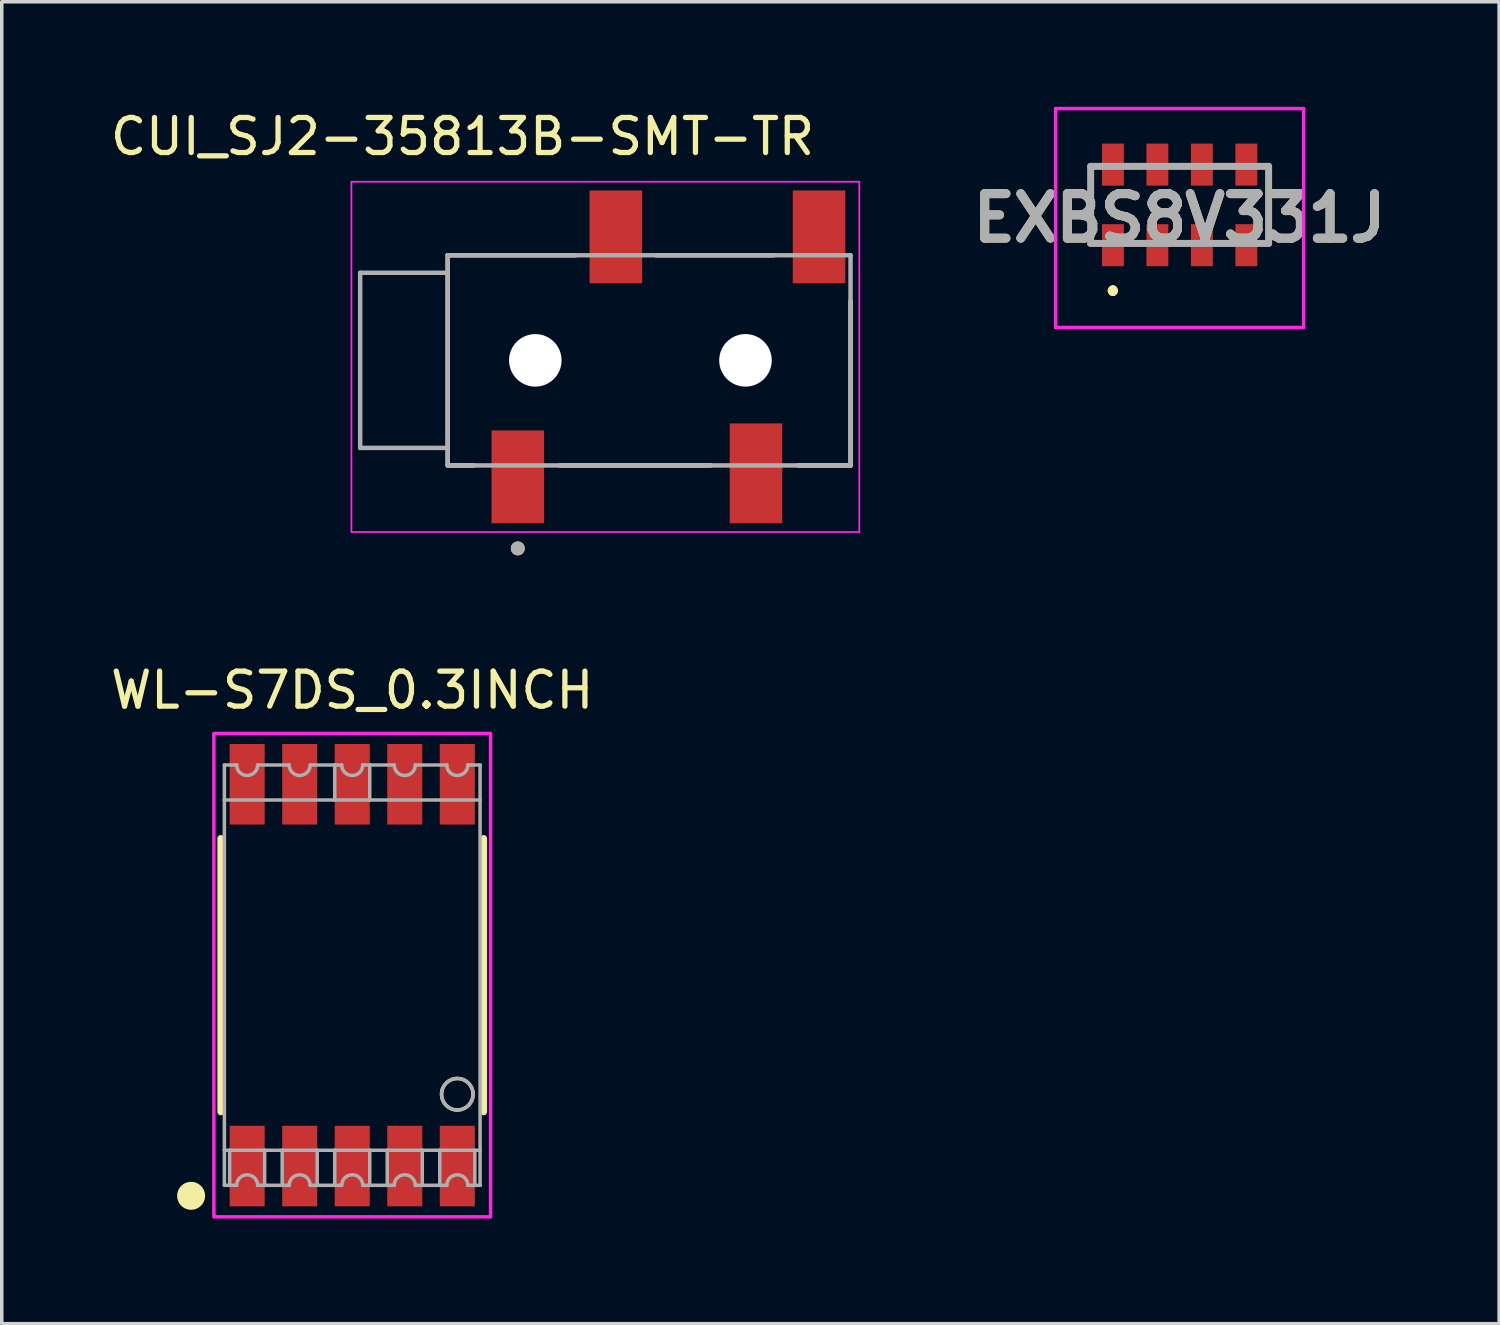
<source format=kicad_pcb>
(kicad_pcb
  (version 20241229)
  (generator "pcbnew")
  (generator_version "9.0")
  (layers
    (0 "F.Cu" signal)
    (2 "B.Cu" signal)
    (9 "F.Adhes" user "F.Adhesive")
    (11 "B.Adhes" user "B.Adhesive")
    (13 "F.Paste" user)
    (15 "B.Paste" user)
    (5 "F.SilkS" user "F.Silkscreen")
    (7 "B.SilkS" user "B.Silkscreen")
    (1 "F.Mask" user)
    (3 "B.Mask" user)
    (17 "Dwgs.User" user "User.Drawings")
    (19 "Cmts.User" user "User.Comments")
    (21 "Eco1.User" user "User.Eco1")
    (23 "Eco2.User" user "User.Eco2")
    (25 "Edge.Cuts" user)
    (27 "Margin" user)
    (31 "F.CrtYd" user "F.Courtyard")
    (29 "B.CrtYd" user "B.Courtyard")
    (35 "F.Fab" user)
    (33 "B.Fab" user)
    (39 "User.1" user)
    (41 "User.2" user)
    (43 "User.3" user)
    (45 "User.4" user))
  (footprint "WL-S7DS_0.3INCH"
    (layer "F.Cu")
    (at 7.006 24.79)
    (property "Reference" "WL-S7DS_0.3INCH" (at 0 -8.135 0) (layer "F.SilkS") (effects (font (size 1 1) (thickness 0.15))))
    (attr smd)
    (fp_line (start -3.75 -3.9) (end -3.75 3.9) (stroke (width 0.2) (type solid)) (layer "F.SilkS"))
    (fp_line (start 3.75 -3.9) (end 3.75 3.9) (stroke (width 0.2) (type solid)) (layer "F.SilkS"))
    (fp_circle (center -4.6 6.3) (end -4.4 6.3) (stroke (width 0.4) (type solid)) (fill no) (layer "F.SilkS"))
    (fp_circle (center 3 3.4) (end 3.45 3.4) (stroke (width 0.1) (type solid)) (fill no) (layer "F.SilkS"))
    (fp_poly (pts (xy 3.95 6.9) (xy -3.95 6.9) (xy -3.95 -6.9) (xy 3.95 -6.9)) (stroke (width 0.1) (type solid)) (fill no) (layer "F.CrtYd"))
    (fp_line (start -3.65 -6) (end -3.3 -6) (stroke (width 0.1) (type solid)) (layer "F.Fab"))
    (fp_line (start -3.65 -5) (end -3.65 -6) (stroke (width 0.1) (type solid)) (layer "F.Fab"))
    (fp_line (start -3.65 -5) (end -0.5 -5) (stroke (width 0.1) (type solid)) (layer "F.Fab"))
    (fp_line (start -3.65 5) (end -3.65 -5) (stroke (width 0.1) (type solid)) (layer "F.Fab"))
    (fp_line (start -3.65 5) (end -3.5 5) (stroke (width 0.1) (type solid)) (layer "F.Fab"))
    (fp_line (start -3.65 6) (end -3.65 5) (stroke (width 0.1) (type solid)) (layer "F.Fab"))
    (fp_line (start -3.5 5) (end -2.5 5) (stroke (width 0.1) (type solid)) (layer "F.Fab"))
    (fp_line (start -3.5 6) (end -3.65 6) (stroke (width 0.1) (type solid)) (layer "F.Fab"))
    (fp_line (start -3.5 6) (end -3.5 5) (stroke (width 0.1) (type solid)) (layer "F.Fab"))
    (fp_line (start -3.3 6) (end -3.5 6) (stroke (width 0.1) (type solid)) (layer "F.Fab"))
    (fp_line (start -2.7 -6) (end -1.8 -6) (stroke (width 0.1) (type solid)) (layer "F.Fab"))
    (fp_line (start -2.5 5) (end -2.5 6) (stroke (width 0.1) (type solid)) (layer "F.Fab"))
    (fp_line (start -2.5 5) (end -2 5) (stroke (width 0.1) (type solid)) (layer "F.Fab"))
    (fp_line (start -2.5 6) (end -2.7 6) (stroke (width 0.1) (type solid)) (layer "F.Fab"))
    (fp_line (start -2 5) (end -1 5) (stroke (width 0.1) (type solid)) (layer "F.Fab"))
    (fp_line (start -2 6) (end -2.5 6) (stroke (width 0.1) (type solid)) (layer "F.Fab"))
    (fp_line (start -2 6) (end -2 5) (stroke (width 0.1) (type solid)) (layer "F.Fab"))
    (fp_line (start -1.8 6) (end -2 6) (stroke (width 0.1) (type solid)) (layer "F.Fab"))
    (fp_line (start -1.2 -6) (end -0.5 -6) (stroke (width 0.1) (type solid)) (layer "F.Fab"))
    (fp_line (start -1 5) (end -1 6) (stroke (width 0.1) (type solid)) (layer "F.Fab"))
    (fp_line (start -1 5) (end -0.5 5) (stroke (width 0.1) (type solid)) (layer "F.Fab"))
    (fp_line (start -1 6) (end -1.2 6) (stroke (width 0.1) (type solid)) (layer "F.Fab"))
    (fp_line (start -0.5 -6) (end -0.3 -6) (stroke (width 0.1) (type solid)) (layer "F.Fab"))
    (fp_line (start -0.5 -5) (end -0.5 -6) (stroke (width 0.1) (type solid)) (layer "F.Fab"))
    (fp_line (start -0.5 -5) (end 0.5 -5) (stroke (width 0.1) (type solid)) (layer "F.Fab"))
    (fp_line (start -0.5 5) (end 0.5 5) (stroke (width 0.1) (type solid)) (layer "F.Fab"))
    (fp_line (start -0.5 6) (end -1 6) (stroke (width 0.1) (type solid)) (layer "F.Fab"))
    (fp_line (start -0.5 6) (end -0.5 5) (stroke (width 0.1) (type solid)) (layer "F.Fab"))
    (fp_line (start -0.3 6) (end -0.5 6) (stroke (width 0.1) (type solid)) (layer "F.Fab"))
    (fp_line (start 0.3 -6) (end 0.5 -6) (stroke (width 0.1) (type solid)) (layer "F.Fab"))
    (fp_line (start 0.5 -6) (end 0.5 -5) (stroke (width 0.1) (type solid)) (layer "F.Fab"))
    (fp_line (start 0.5 -6) (end 1.2 -6) (stroke (width 0.1) (type solid)) (layer "F.Fab"))
    (fp_line (start 0.5 -5) (end 3.65 -5) (stroke (width 0.1) (type solid)) (layer "F.Fab"))
    (fp_line (start 0.5 5) (end 0.5 6) (stroke (width 0.1) (type solid)) (layer "F.Fab"))
    (fp_line (start 0.5 5) (end 1 5) (stroke (width 0.1) (type solid)) (layer "F.Fab"))
    (fp_line (start 0.5 6) (end 0.3 6) (stroke (width 0.1) (type solid)) (layer "F.Fab"))
    (fp_line (start 1 5) (end 2 5) (stroke (width 0.1) (type solid)) (layer "F.Fab"))
    (fp_line (start 1 6) (end 0.5 6) (stroke (width 0.1) (type solid)) (layer "F.Fab"))
    (fp_line (start 1 6) (end 1 5) (stroke (width 0.1) (type solid)) (layer "F.Fab"))
    (fp_line (start 1.2 6) (end 1 6) (stroke (width 0.1) (type solid)) (layer "F.Fab"))
    (fp_line (start 1.8 -6) (end 2.7 -6) (stroke (width 0.1) (type solid)) (layer "F.Fab"))
    (fp_line (start 2 5) (end 2 6) (stroke (width 0.1) (type solid)) (layer "F.Fab"))
    (fp_line (start 2 5) (end 2.5 5) (stroke (width 0.1) (type solid)) (layer "F.Fab"))
    (fp_line (start 2 6) (end 1.8 6) (stroke (width 0.1) (type solid)) (layer "F.Fab"))
    (fp_line (start 2.5 5) (end 3.5 5) (stroke (width 0.1) (type solid)) (layer "F.Fab"))
    (fp_line (start 2.5 6) (end 2 6) (stroke (width 0.1) (type solid)) (layer "F.Fab"))
    (fp_line (start 2.5 6) (end 2.5 5) (stroke (width 0.1) (type solid)) (layer "F.Fab"))
    (fp_line (start 2.7 6) (end 2.5 6) (stroke (width 0.1) (type solid)) (layer "F.Fab"))
    (fp_line (start 3.3 -6) (end 3.65 -6) (stroke (width 0.1) (type solid)) (layer "F.Fab"))
    (fp_line (start 3.5 5) (end 3.5 6) (stroke (width 0.1) (type solid)) (layer "F.Fab"))
    (fp_line (start 3.5 5) (end 3.65 5) (stroke (width 0.1) (type solid)) (layer "F.Fab"))
    (fp_line (start 3.5 6) (end 3.3 6) (stroke (width 0.1) (type solid)) (layer "F.Fab"))
    (fp_line (start 3.65 -6) (end 3.65 -5) (stroke (width 0.1) (type solid)) (layer "F.Fab"))
    (fp_line (start 3.65 -5) (end 3.65 5) (stroke (width 0.1) (type solid)) (layer "F.Fab"))
    (fp_line (start 3.65 5) (end 3.65 6) (stroke (width 0.1) (type solid)) (layer "F.Fab"))
    (fp_line (start 3.65 6) (end 3.5 6) (stroke (width 0.1) (type solid)) (layer "F.Fab"))
    (fp_arc (start -3.3 6) (mid -3 5.7) (end -2.7 6) (stroke (width 0.1) (type solid)) (layer "F.Fab"))
    (fp_arc (start -2.7 -6) (mid -3 -5.7) (end -3.3 -6) (stroke (width 0.1) (type solid)) (layer "F.Fab"))
    (fp_arc (start -1.8 6) (mid -1.5 5.7) (end -1.2 6) (stroke (width 0.1) (type solid)) (layer "F.Fab"))
    (fp_arc (start -1.2 -6) (mid -1.5 -5.7) (end -1.8 -6) (stroke (width 0.1) (type solid)) (layer "F.Fab"))
    (fp_arc (start -0.3 6) (mid 0 5.7) (end 0.3 6) (stroke (width 0.1) (type solid)) (layer "F.Fab"))
    (fp_arc (start 0.3 -6) (mid 0 -5.7) (end -0.3 -6) (stroke (width 0.1) (type solid)) (layer "F.Fab"))
    (fp_arc (start 1.2 6) (mid 1.5 5.7) (end 1.8 6) (stroke (width 0.1) (type solid)) (layer "F.Fab"))
    (fp_arc (start 1.8 -6) (mid 1.5 -5.7) (end 1.2 -6) (stroke (width 0.1) (type solid)) (layer "F.Fab"))
    (fp_arc (start 2.7 6) (mid 3 5.7) (end 3.3 6) (stroke (width 0.1) (type solid)) (layer "F.Fab"))
    (fp_arc (start 3.3 -6) (mid 3 -5.7) (end 2.7 -6) (stroke (width 0.1) (type solid)) (layer "F.Fab"))
    (fp_circle (center 3 3.4) (end 3.45 3.4) (stroke (width 0.1) (type solid)) (fill no) (layer "F.Fab"))
    (pad "1" smd rect (at -3 5.45) (size 1 2.3) (layers "F.Cu" "F.Mask" "F.Paste"))
    (pad "2" smd rect (at -1.5 5.45) (size 1 2.3) (layers "F.Cu" "F.Mask" "F.Paste"))
    (pad "3" smd rect (at 0 5.45) (size 1 2.3) (layers "F.Cu" "F.Mask" "F.Paste"))
    (pad "4" smd rect (at 1.5 5.45) (size 1 2.3) (layers "F.Cu" "F.Mask" "F.Paste"))
    (pad "5" smd rect (at 3 5.45) (size 1 2.3) (layers "F.Cu" "F.Mask" "F.Paste"))
    (pad "6" smd rect (at 3 -5.45) (size 1 2.3) (layers "F.Cu" "F.Mask" "F.Paste"))
    (pad "7" smd rect (at 1.5 -5.45) (size 1 2.3) (layers "F.Cu" "F.Mask" "F.Paste"))
    (pad "8" smd rect (at 0 -5.45) (size 1 2.3) (layers "F.Cu" "F.Mask" "F.Paste"))
    (pad "9" smd rect (at -1.5 -5.45) (size 1 2.3) (layers "F.Cu" "F.Mask" "F.Paste"))
    (pad "10" smd rect (at -3 -5.45) (size 1 2.3) (layers "F.Cu" "F.Mask" "F.Paste")))
  (footprint "CUI_SJ2-35813B-SMT-TR"
    (layer "F.Cu")
    (at 15.483 7.238)
    (property "Reference" "CUI_SJ2-35813B-SMT-TR" (at -5.328 -6.389 0) (layer "F.SilkS") (effects (font (size 1.001 1.001) (thickness 0.15))))
    (attr smd)
    (fp_line (start -5.75 -3) (end -2.1 -3) (stroke (width 0.127) (type solid)) (layer "F.SilkS"))
    (fp_line (start -5.75 3) (end -5.75 -3) (stroke (width 0.127) (type solid)) (layer "F.SilkS"))
    (fp_line (start -5 3) (end -5.75 3) (stroke (width 0.127) (type solid)) (layer "F.SilkS"))
    (fp_line (start 0.2 -3) (end 3.55 -3) (stroke (width 0.127) (type solid)) (layer "F.SilkS"))
    (fp_line (start 1.75 3) (end -2.55 3) (stroke (width 0.127) (type solid)) (layer "F.SilkS"))
    (fp_line (start 5.75 -1.7) (end 5.75 3) (stroke (width 0.127) (type solid)) (layer "F.SilkS"))
    (fp_line (start 5.75 3) (end 4.25 3) (stroke (width 0.127) (type solid)) (layer "F.SilkS"))
    (fp_circle (center -3.75 5.369) (end -3.65 5.369) (stroke (width 0.2) (type solid)) (fill no) (layer "F.SilkS"))
    (fp_line (start -8.5 -5.1) (end 6 -5.1) (stroke (width 0.05) (type solid)) (layer "F.CrtYd"))
    (fp_line (start -8.5 4.9) (end -8.5 -5.1) (stroke (width 0.05) (type solid)) (layer "F.CrtYd"))
    (fp_line (start 6 -5.1) (end 6 4.9) (stroke (width 0.05) (type solid)) (layer "F.CrtYd"))
    (fp_line (start 6 4.9) (end -8.5 4.9) (stroke (width 0.05) (type solid)) (layer "F.CrtYd"))
    (fp_line (start -8.25 -2.5) (end -8.25 2.5) (stroke (width 0.127) (type solid)) (layer "F.Fab"))
    (fp_line (start -8.25 2.5) (end -5.75 2.5) (stroke (width 0.127) (type solid)) (layer "F.Fab"))
    (fp_line (start -5.75 -3) (end 5.75 -3) (stroke (width 0.127) (type solid)) (layer "F.Fab"))
    (fp_line (start -5.75 -2.5) (end -8.25 -2.5) (stroke (width 0.127) (type solid)) (layer "F.Fab"))
    (fp_line (start -5.75 -2.5) (end -5.75 -3) (stroke (width 0.127) (type solid)) (layer "F.Fab"))
    (fp_line (start -5.75 2.5) (end -5.75 -2.5) (stroke (width 0.127) (type solid)) (layer "F.Fab"))
    (fp_line (start -5.75 3) (end -5.75 2.5) (stroke (width 0.127) (type solid)) (layer "F.Fab"))
    (fp_line (start 5.75 -3) (end 5.75 3) (stroke (width 0.127) (type solid)) (layer "F.Fab"))
    (fp_line (start 5.75 3) (end -5.75 3) (stroke (width 0.127) (type solid)) (layer "F.Fab"))
    (fp_circle (center -3.75 5.369) (end -3.65 5.369) (stroke (width 0.2) (type solid)) (fill no) (layer "F.Fab"))
    (pad "" np_thru_hole circle (at -3.25 0) (size 1.5 1.5) (drill 1.5) (layers "*.Cu" "*.Mask"))
    (pad "" np_thru_hole circle (at 2.75 0) (size 1.5 1.5) (drill 1.5) (layers "*.Cu" "*.Mask"))
    (pad "1" smd rect (at -3.75 3.325) (size 1.5 2.65) (layers "F.Cu" "F.Mask" "F.Paste"))
    (pad "2" smd rect (at 3.05 3.225) (size 1.5 2.85) (layers "F.Cu" "F.Mask" "F.Paste"))
    (pad "3" smd rect (at -0.95 -3.525) (size 1.5 2.65) (layers "F.Cu" "F.Mask" "F.Paste"))
    (pad "10" smd rect (at 4.85 -3.525) (size 1.5 2.65) (layers "F.Cu" "F.Mask" "F.Paste")))
  (footprint "EXBS8V331J"
    (layer "F.Cu")
    (at 30.628 2.8)
    (property "Reference" "EXBS8V331J" (at 0 0.375 0) (layer "F.SilkS") (effects (font (size 1.27 1.27) (thickness 0.254))))
    (attr smd)
    (fp_line (start -2.54 -1.1) (end -2.54 1.1) (stroke (width 0.1) (type solid)) (layer "F.SilkS"))
    (fp_line (start -1.905 2.4) (end -1.905 2.4) (stroke (width 0.2) (type solid)) (layer "F.SilkS"))
    (fp_line (start -1.905 2.4) (end -1.905 2.4) (stroke (width 0.2) (type solid)) (layer "F.SilkS"))
    (fp_line (start -1.905 2.5) (end -1.905 2.5) (stroke (width 0.2) (type solid)) (layer "F.SilkS"))
    (fp_line (start 2.54 -1.1) (end 2.54 1.1) (stroke (width 0.1) (type solid)) (layer "F.SilkS"))
    (fp_arc (start -1.905 2.4) (mid -1.855 2.45) (end -1.905 2.5) (stroke (width 0.2) (type solid)) (layer "F.SilkS"))
    (fp_arc (start -1.905 2.5) (mid -1.955 2.45) (end -1.905 2.4) (stroke (width 0.2) (type solid)) (layer "F.SilkS"))
    (fp_arc (start -1.905 2.5) (mid -1.955 2.45) (end -1.905 2.4) (stroke (width 0.2) (type solid)) (layer "F.SilkS"))
    (fp_line (start -3.54 -2.75) (end 3.54 -2.75) (stroke (width 0.1) (type solid)) (layer "F.CrtYd"))
    (fp_line (start -3.54 3.5) (end -3.54 -2.75) (stroke (width 0.1) (type solid)) (layer "F.CrtYd"))
    (fp_line (start 3.54 -2.75) (end 3.54 3.5) (stroke (width 0.1) (type solid)) (layer "F.CrtYd"))
    (fp_line (start 3.54 3.5) (end -3.54 3.5) (stroke (width 0.1) (type solid)) (layer "F.CrtYd"))
    (fp_line (start -2.54 -1.1) (end 2.54 -1.1) (stroke (width 0.2) (type solid)) (layer "F.Fab"))
    (fp_line (start -2.54 1.1) (end -2.54 -1.1) (stroke (width 0.2) (type solid)) (layer "F.Fab"))
    (fp_line (start 2.54 -1.1) (end 2.54 1.1) (stroke (width 0.2) (type solid)) (layer "F.Fab"))
    (fp_line (start 2.54 1.1) (end -2.54 1.1) (stroke (width 0.2) (type solid)) (layer "F.Fab"))
    (fp_text user "${REFERENCE}" (at 0 0.375 0) (layer "F.Fab") (effects (font (size 1.27 1.27) (thickness 0.254))))
    (pad "1" smd rect (at -1.905 1.15) (size 0.625 1.2) (layers "F.Cu" "F.Mask" "F.Paste"))
    (pad "2" smd rect (at -0.635 1.15) (size 0.625 1.2) (layers "F.Cu" "F.Mask" "F.Paste"))
    (pad "3" smd rect (at 0.635 1.15) (size 0.625 1.2) (layers "F.Cu" "F.Mask" "F.Paste"))
    (pad "4" smd rect (at 1.905 1.15) (size 0.625 1.2) (layers "F.Cu" "F.Mask" "F.Paste"))
    (pad "5" smd rect (at 1.905 -1.15) (size 0.625 1.2) (layers "F.Cu" "F.Mask" "F.Paste"))
    (pad "6" smd rect (at 0.635 -1.15) (size 0.625 1.2) (layers "F.Cu" "F.Mask" "F.Paste"))
    (pad "7" smd rect (at -0.635 -1.15) (size 0.625 1.2) (layers "F.Cu" "F.Mask" "F.Paste"))
    (pad "8" smd rect (at -1.905 -1.15) (size 0.625 1.2) (layers "F.Cu" "F.Mask" "F.Paste")))
  (gr_rect
    (start -3 -3)
    (end 39.749 34.74)
    (stroke (width 0.1) (type default))
    (fill no)
    (layer "Edge.Cuts")))
</source>
